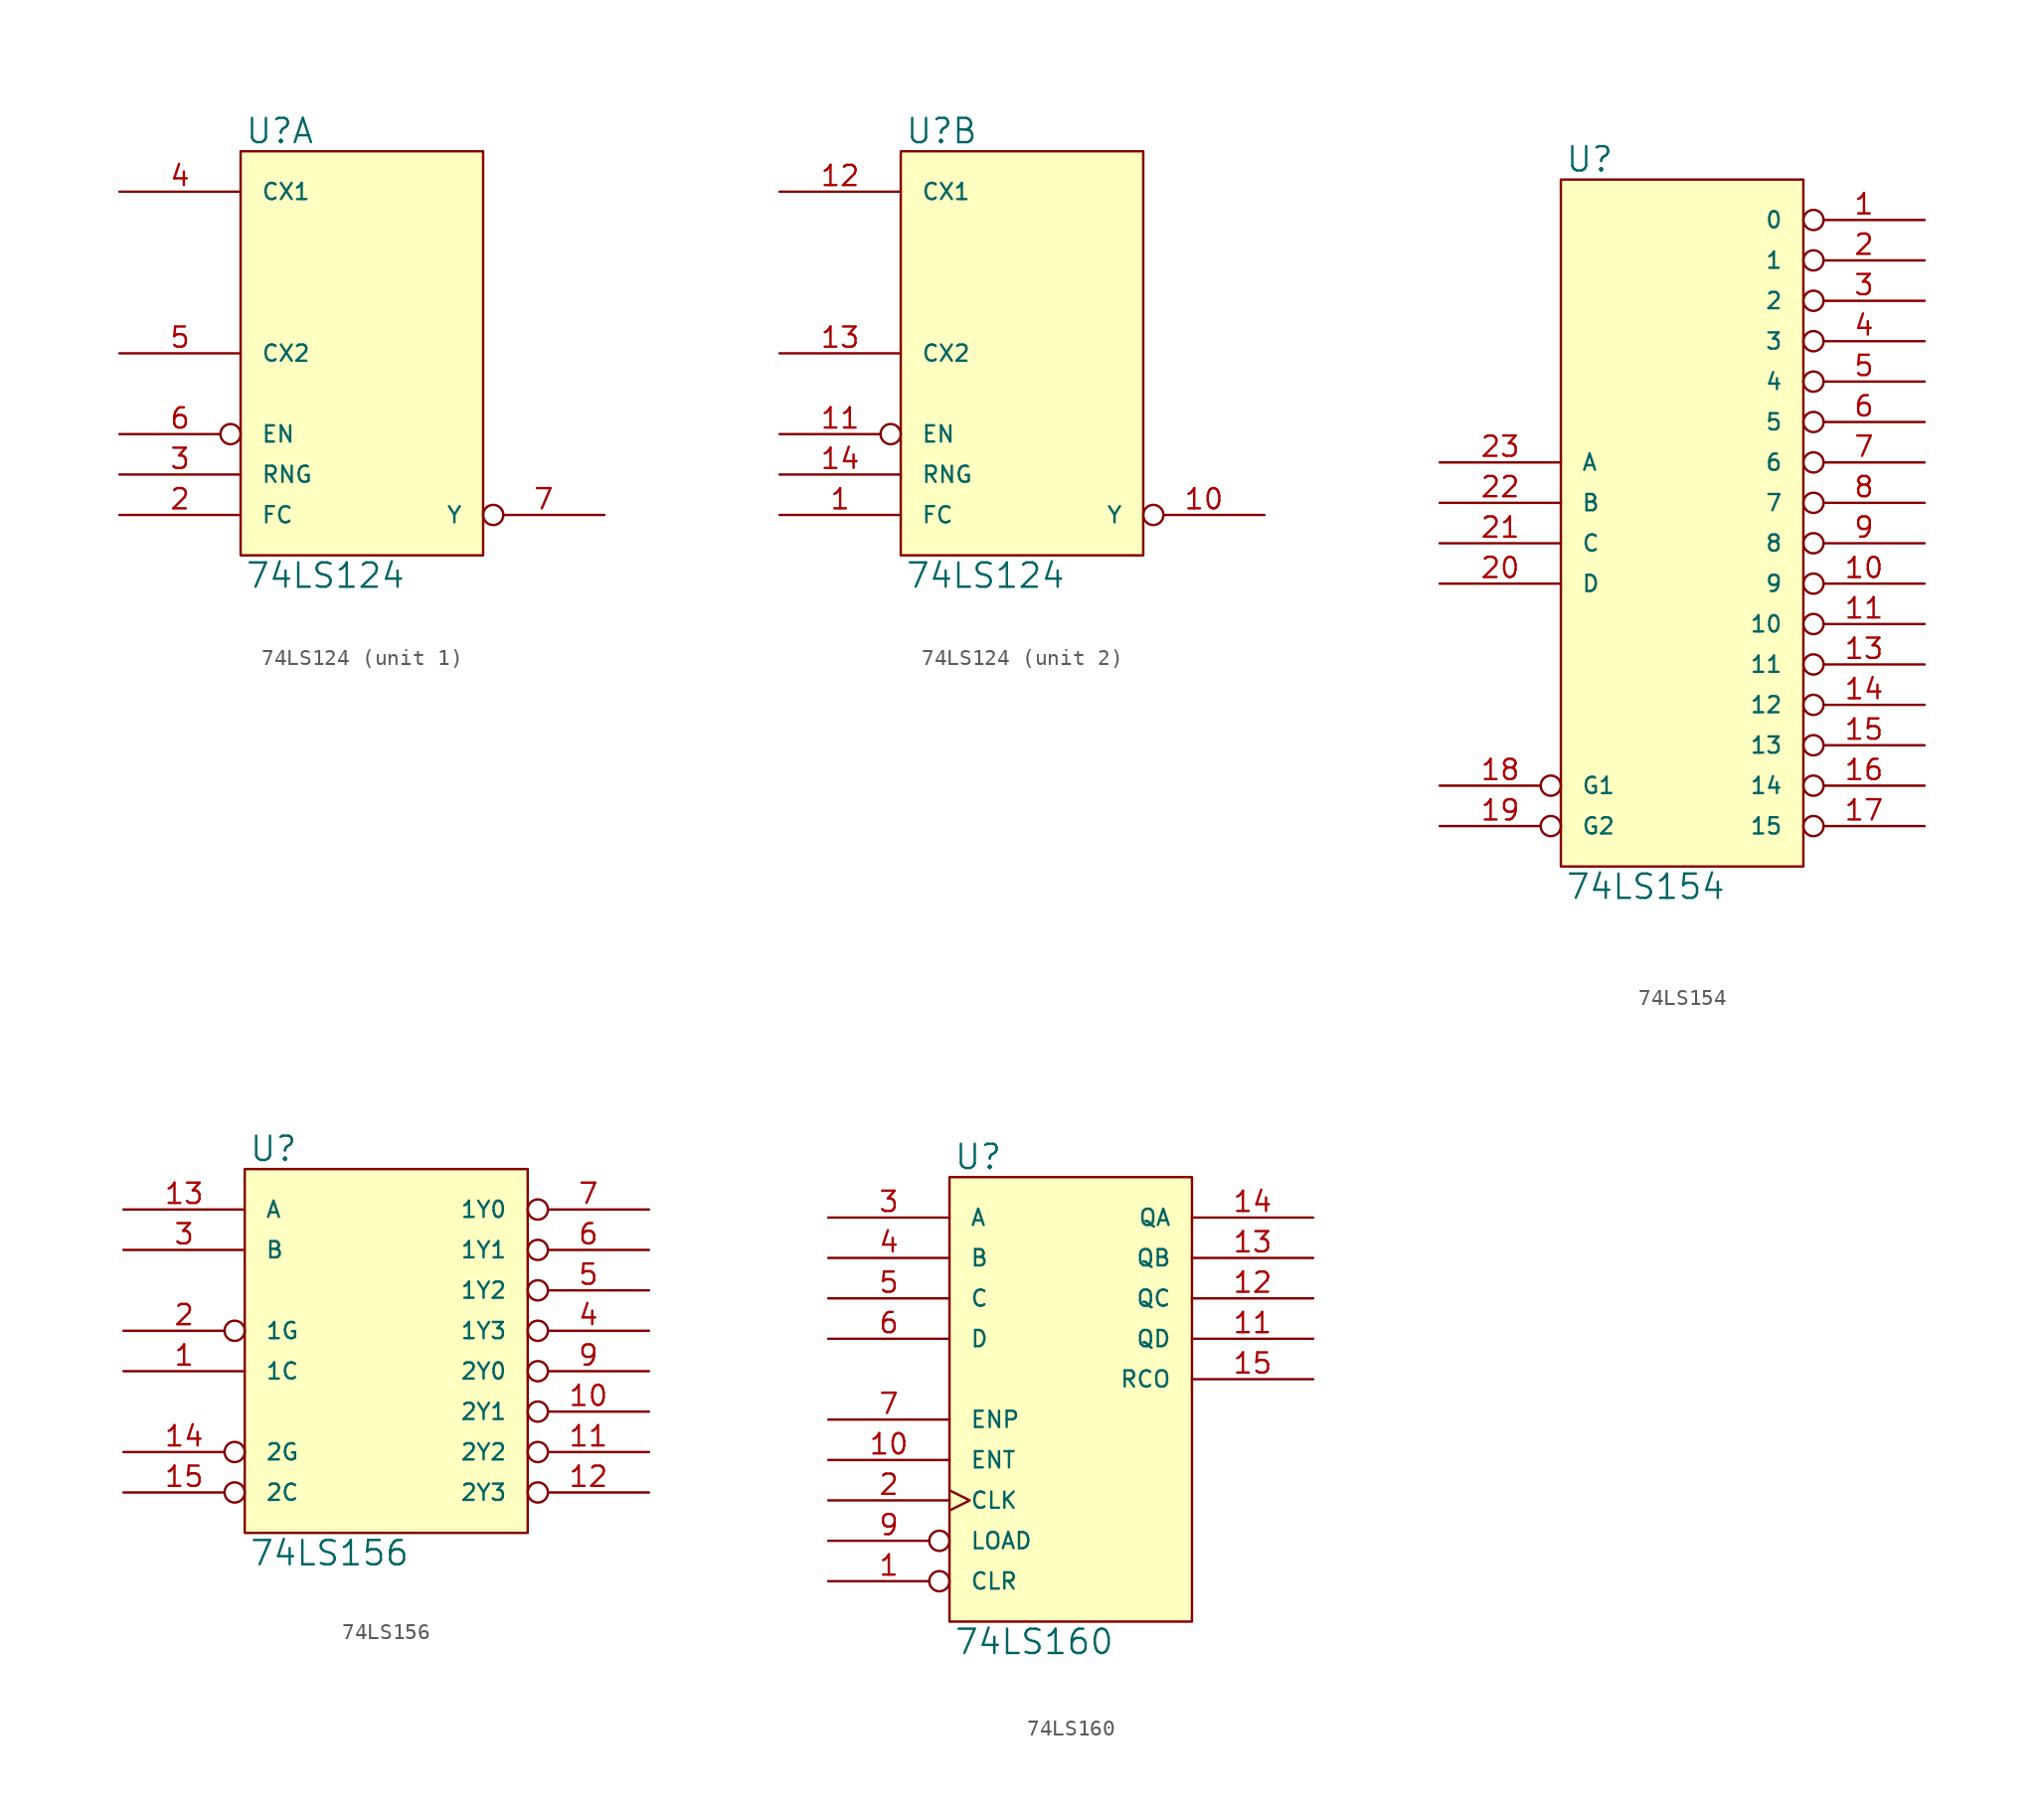
<source format=kicad_sym>
(kicad_symbol_lib
  (version 20231120)
  (generator "kicad_symbol_editor")
  (generator_version "8.0")
  (symbol "74LS124"
    (pin_names
      (offset 1.27))
    (property "Reference" "U"
      (at 0.254 0.381 0)
      (effects (font (size 1.524 1.524)) (justify left bottom)))
    (property "Value" "74LS124"
      (at 0.254 -25.781 0)
      (effects (font (size 1.524 1.524)) (justify left top)))
    (symbol "74LS124_0_1"
      (rectangle (start 0 0) (end 15.24 -25.4) (stroke (width 0) (type solid)) (fill (type background))))
    (symbol "74LS124_1_1"
      (pin power_in line (at 2.54 0 270) (length 0) hide (name "VCOVCC" (effects (font (size 1.016 1.016)))) (number "15" (effects (font (size 1.27 1.27)))))
      (pin power_in line (at 0 0 270) (length 0) hide (name "VCC" (effects (font (size 1.016 1.016)))) (number "16" (effects (font (size 1.27 1.27)))))
      (pin input line (at -7.62 -22.86 0) (length 7.62) (name "FC" (effects (font (size 1.016 1.016)))) (number "2" (effects (font (size 1.27 1.27)))))
      (pin input line (at -7.62 -20.32 0) (length 7.62) (name "RNG" (effects (font (size 1.016 1.016)))) (number "3" (effects (font (size 1.27 1.27)))))
      (pin input line (at -7.62 -2.54 0) (length 7.62) (name "CX1" (effects (font (size 1.016 1.016)))) (number "4" (effects (font (size 1.27 1.27)))))
      (pin input line (at -7.62 -12.7 0) (length 7.62) (name "CX2" (effects (font (size 1.016 1.016)))) (number "5" (effects (font (size 1.27 1.27)))))
      (pin input inverted (at -7.62 -17.78 0) (length 7.62) (name "EN" (effects (font (size 1.016 1.016)))) (number "6" (effects (font (size 1.27 1.27)))))
      (pin output inverted (at 22.86 -22.86 180) (length 7.62) (name "Y" (effects (font (size 1.016 1.016)))) (number "7" (effects (font (size 1.27 1.27)))))
      (pin power_in line (at 0 -25.4 90) (length 0) hide (name "VCOGND" (effects (font (size 1.016 1.016)))) (number "8" (effects (font (size 1.27 1.27)))))
      (pin power_in line (at 2.54 -25.4 90) (length 0) hide (name "GND" (effects (font (size 1.016 1.016)))) (number "9" (effects (font (size 1.27 1.27))))))
    (symbol "74LS124_2_1"
      (pin input line (at -7.62 -22.86 0) (length 7.62) (name "FC" (effects (font (size 1.016 1.016)))) (number "1" (effects (font (size 1.27 1.27)))))
      (pin output inverted (at 22.86 -22.86 180) (length 7.62) (name "Y" (effects (font (size 1.016 1.016)))) (number "10" (effects (font (size 1.27 1.27)))))
      (pin input inverted (at -7.62 -17.78 0) (length 7.62) (name "EN" (effects (font (size 1.016 1.016)))) (number "11" (effects (font (size 1.27 1.27)))))
      (pin input line (at -7.62 -2.54 0) (length 7.62) (name "CX1" (effects (font (size 1.016 1.016)))) (number "12" (effects (font (size 1.27 1.27)))))
      (pin input line (at -7.62 -12.7 0) (length 7.62) (name "CX2" (effects (font (size 1.016 1.016)))) (number "13" (effects (font (size 1.27 1.27)))))
      (pin input line (at -7.62 -20.32 0) (length 7.62) (name "RNG" (effects (font (size 1.016 1.016)))) (number "14" (effects (font (size 1.27 1.27)))))
      (pin power_in line (at 2.54 0 270) (length 0) hide (name "VCOVCC" (effects (font (size 1.016 1.016)))) (number "15" (effects (font (size 1.27 1.27)))))
      (pin power_in line (at 0 0 270) (length 0) hide (name "VCC" (effects (font (size 1.016 1.016)))) (number "16" (effects (font (size 1.27 1.27)))))
      (pin power_in line (at 0 -25.4 90) (length 0) hide (name "VCOGND" (effects (font (size 1.016 1.016)))) (number "8" (effects (font (size 1.27 1.27)))))
      (pin power_in line (at 2.54 -25.4 90) (length 0) hide (name "GND" (effects (font (size 1.016 1.016)))) (number "9" (effects (font (size 1.27 1.27)))))))
  (symbol "74LS154"
    (pin_names
      (offset 1.27))
    (property "Reference" "U"
      (at 0.254 0.381 0)
      (effects (font (size 1.524 1.524)) (justify left bottom)))
    (property "Value" "74LS154"
      (at 0.254 -43.561 0)
      (effects (font (size 1.524 1.524)) (justify left top)))
    (symbol "74LS154_0_1"
      (rectangle (start 0 0) (end 15.24 -43.18) (stroke (width 0) (type solid)) (fill (type background))))
    (symbol "74LS154_1_1"
      (pin output inverted (at 22.86 -2.54 180) (length 7.62) (name "0" (effects (font (size 1.016 1.016)))) (number "1" (effects (font (size 1.27 1.27)))))
      (pin output inverted (at 22.86 -25.4 180) (length 7.62) (name "9" (effects (font (size 1.016 1.016)))) (number "10" (effects (font (size 1.27 1.27)))))
      (pin output inverted (at 22.86 -27.94 180) (length 7.62) (name "10" (effects (font (size 1.016 1.016)))) (number "11" (effects (font (size 1.27 1.27)))))
      (pin power_in line (at 0 -43.18 90) (length 0) hide (name "GND" (effects (font (size 1.016 1.016)))) (number "12" (effects (font (size 1.27 1.27)))))
      (pin output inverted (at 22.86 -30.48 180) (length 7.62) (name "11" (effects (font (size 1.016 1.016)))) (number "13" (effects (font (size 1.27 1.27)))))
      (pin output inverted (at 22.86 -33.02 180) (length 7.62) (name "12" (effects (font (size 1.016 1.016)))) (number "14" (effects (font (size 1.27 1.27)))))
      (pin output inverted (at 22.86 -35.56 180) (length 7.62) (name "13" (effects (font (size 1.016 1.016)))) (number "15" (effects (font (size 1.27 1.27)))))
      (pin output inverted (at 22.86 -38.1 180) (length 7.62) (name "14" (effects (font (size 1.016 1.016)))) (number "16" (effects (font (size 1.27 1.27)))))
      (pin output inverted (at 22.86 -40.64 180) (length 7.62) (name "15" (effects (font (size 1.016 1.016)))) (number "17" (effects (font (size 1.27 1.27)))))
      (pin input inverted (at -7.62 -38.1 0) (length 7.62) (name "G1" (effects (font (size 1.016 1.016)))) (number "18" (effects (font (size 1.27 1.27)))))
      (pin input inverted (at -7.62 -40.64 0) (length 7.62) (name "G2" (effects (font (size 1.016 1.016)))) (number "19" (effects (font (size 1.27 1.27)))))
      (pin output inverted (at 22.86 -5.08 180) (length 7.62) (name "1" (effects (font (size 1.016 1.016)))) (number "2" (effects (font (size 1.27 1.27)))))
      (pin input line (at -7.62 -25.4 0) (length 7.62) (name "D" (effects (font (size 1.016 1.016)))) (number "20" (effects (font (size 1.27 1.27)))))
      (pin input line (at -7.62 -22.86 0) (length 7.62) (name "C" (effects (font (size 1.016 1.016)))) (number "21" (effects (font (size 1.27 1.27)))))
      (pin input line (at -7.62 -20.32 0) (length 7.62) (name "B" (effects (font (size 1.016 1.016)))) (number "22" (effects (font (size 1.27 1.27)))))
      (pin input line (at -7.62 -17.78 0) (length 7.62) (name "A" (effects (font (size 1.016 1.016)))) (number "23" (effects (font (size 1.27 1.27)))))
      (pin power_in line (at 0 0 270) (length 0) hide (name "VCC" (effects (font (size 1.016 1.016)))) (number "24" (effects (font (size 1.27 1.27)))))
      (pin output inverted (at 22.86 -7.62 180) (length 7.62) (name "2" (effects (font (size 1.016 1.016)))) (number "3" (effects (font (size 1.27 1.27)))))
      (pin output inverted (at 22.86 -10.16 180) (length 7.62) (name "3" (effects (font (size 1.016 1.016)))) (number "4" (effects (font (size 1.27 1.27)))))
      (pin output inverted (at 22.86 -12.7 180) (length 7.62) (name "4" (effects (font (size 1.016 1.016)))) (number "5" (effects (font (size 1.27 1.27)))))
      (pin output inverted (at 22.86 -15.24 180) (length 7.62) (name "5" (effects (font (size 1.016 1.016)))) (number "6" (effects (font (size 1.27 1.27)))))
      (pin output inverted (at 22.86 -17.78 180) (length 7.62) (name "6" (effects (font (size 1.016 1.016)))) (number "7" (effects (font (size 1.27 1.27)))))
      (pin output inverted (at 22.86 -20.32 180) (length 7.62) (name "7" (effects (font (size 1.016 1.016)))) (number "8" (effects (font (size 1.27 1.27)))))
      (pin output inverted (at 22.86 -22.86 180) (length 7.62) (name "8" (effects (font (size 1.016 1.016)))) (number "9" (effects (font (size 1.27 1.27)))))))
  (symbol "74LS156"
    (pin_names
      (offset 1.27))
    (property "Reference" "U"
      (at 0.254 0.381 0)
      (effects (font (size 1.524 1.524)) (justify left bottom)))
    (property "Value" "74LS156"
      (at 0.254 -23.241 0)
      (effects (font (size 1.524 1.524)) (justify left top)))
    (symbol "74LS156_0_1"
      (rectangle (start 0 0) (end 17.78 -22.86) (stroke (width 0) (type solid)) (fill (type background))))
    (symbol "74LS156_1_1"
      (pin input line (at -7.62 -12.7 0) (length 7.62) (name "1C" (effects (font (size 1.016 1.016)))) (number "1" (effects (font (size 1.27 1.27)))))
      (pin open_collector inverted (at 25.4 -15.24 180) (length 7.62) (name "2Y1" (effects (font (size 1.016 1.016)))) (number "10" (effects (font (size 1.27 1.27)))))
      (pin open_collector inverted (at 25.4 -17.78 180) (length 7.62) (name "2Y2" (effects (font (size 1.016 1.016)))) (number "11" (effects (font (size 1.27 1.27)))))
      (pin open_collector inverted (at 25.4 -20.32 180) (length 7.62) (name "2Y3" (effects (font (size 1.016 1.016)))) (number "12" (effects (font (size 1.27 1.27)))))
      (pin input line (at -7.62 -2.54 0) (length 7.62) (name "A" (effects (font (size 1.016 1.016)))) (number "13" (effects (font (size 1.27 1.27)))))
      (pin input inverted (at -7.62 -17.78 0) (length 7.62) (name "2G" (effects (font (size 1.016 1.016)))) (number "14" (effects (font (size 1.27 1.27)))))
      (pin input inverted (at -7.62 -20.32 0) (length 7.62) (name "2C" (effects (font (size 1.016 1.016)))) (number "15" (effects (font (size 1.27 1.27)))))
      (pin power_in line (at 0 0 270) (length 0) hide (name "VCC" (effects (font (size 1.016 1.016)))) (number "16" (effects (font (size 1.27 1.27)))))
      (pin input inverted (at -7.62 -10.16 0) (length 7.62) (name "1G" (effects (font (size 1.016 1.016)))) (number "2" (effects (font (size 1.27 1.27)))))
      (pin input line (at -7.62 -5.08 0) (length 7.62) (name "B" (effects (font (size 1.016 1.016)))) (number "3" (effects (font (size 1.27 1.27)))))
      (pin open_collector inverted (at 25.4 -10.16 180) (length 7.62) (name "1Y3" (effects (font (size 1.016 1.016)))) (number "4" (effects (font (size 1.27 1.27)))))
      (pin open_collector inverted (at 25.4 -7.62 180) (length 7.62) (name "1Y2" (effects (font (size 1.016 1.016)))) (number "5" (effects (font (size 1.27 1.27)))))
      (pin open_collector inverted (at 25.4 -5.08 180) (length 7.62) (name "1Y1" (effects (font (size 1.016 1.016)))) (number "6" (effects (font (size 1.27 1.27)))))
      (pin open_collector inverted (at 25.4 -2.54 180) (length 7.62) (name "1Y0" (effects (font (size 1.016 1.016)))) (number "7" (effects (font (size 1.27 1.27)))))
      (pin power_in line (at 0 -22.86 90) (length 0) hide (name "GND" (effects (font (size 1.016 1.016)))) (number "8" (effects (font (size 1.27 1.27)))))
      (pin open_collector inverted (at 25.4 -12.7 180) (length 7.62) (name "2Y0" (effects (font (size 1.016 1.016)))) (number "9" (effects (font (size 1.27 1.27)))))))
  (symbol "74LS160"
    (pin_names
      (offset 1.27))
    (property "Reference" "U"
      (at 0.254 0.381 0)
      (effects (font (size 1.524 1.524)) (justify left bottom)))
    (property "Value" "74LS160"
      (at 0.254 -28.321 0)
      (effects (font (size 1.524 1.524)) (justify left top)))
    (symbol "74LS160_0_1"
      (rectangle (start 0 0) (end 15.24 -27.94) (stroke (width 0) (type solid)) (fill (type background))))
    (symbol "74LS160_1_1"
      (pin input inverted (at -7.62 -25.4 0) (length 7.62) (name "CLR" (effects (font (size 1.016 1.016)))) (number "1" (effects (font (size 1.27 1.27)))))
      (pin input line (at -7.62 -17.78 0) (length 7.62) (name "ENT" (effects (font (size 1.016 1.016)))) (number "10" (effects (font (size 1.27 1.27)))))
      (pin output line (at 22.86 -10.16 180) (length 7.62) (name "QD" (effects (font (size 1.016 1.016)))) (number "11" (effects (font (size 1.27 1.27)))))
      (pin output line (at 22.86 -7.62 180) (length 7.62) (name "QC" (effects (font (size 1.016 1.016)))) (number "12" (effects (font (size 1.27 1.27)))))
      (pin output line (at 22.86 -5.08 180) (length 7.62) (name "QB" (effects (font (size 1.016 1.016)))) (number "13" (effects (font (size 1.27 1.27)))))
      (pin output line (at 22.86 -2.54 180) (length 7.62) (name "QA" (effects (font (size 1.016 1.016)))) (number "14" (effects (font (size 1.27 1.27)))))
      (pin output line (at 22.86 -12.7 180) (length 7.62) (name "RCO" (effects (font (size 1.016 1.016)))) (number "15" (effects (font (size 1.27 1.27)))))
      (pin power_in line (at 0 0 270) (length 0) hide (name "VCC" (effects (font (size 1.016 1.016)))) (number "16" (effects (font (size 1.27 1.27)))))
      (pin input clock (at -7.62 -20.32 0) (length 7.62) (name "CLK" (effects (font (size 1.016 1.016)))) (number "2" (effects (font (size 1.27 1.27)))))
      (pin input line (at -7.62 -2.54 0) (length 7.62) (name "A" (effects (font (size 1.016 1.016)))) (number "3" (effects (font (size 1.27 1.27)))))
      (pin input line (at -7.62 -5.08 0) (length 7.62) (name "B" (effects (font (size 1.016 1.016)))) (number "4" (effects (font (size 1.27 1.27)))))
      (pin input line (at -7.62 -7.62 0) (length 7.62) (name "C" (effects (font (size 1.016 1.016)))) (number "5" (effects (font (size 1.27 1.27)))))
      (pin input line (at -7.62 -10.16 0) (length 7.62) (name "D" (effects (font (size 1.016 1.016)))) (number "6" (effects (font (size 1.27 1.27)))))
      (pin input line (at -7.62 -15.24 0) (length 7.62) (name "ENP" (effects (font (size 1.016 1.016)))) (number "7" (effects (font (size 1.27 1.27)))))
      (pin power_in line (at 0 -27.94 90) (length 0) hide (name "GND" (effects (font (size 1.016 1.016)))) (number "8" (effects (font (size 1.27 1.27)))))
      (pin input inverted (at -7.62 -22.86 0) (length 7.62) (name "LOAD" (effects (font (size 1.016 1.016)))) (number "9" (effects (font (size 1.27 1.27))))))))
</source>
